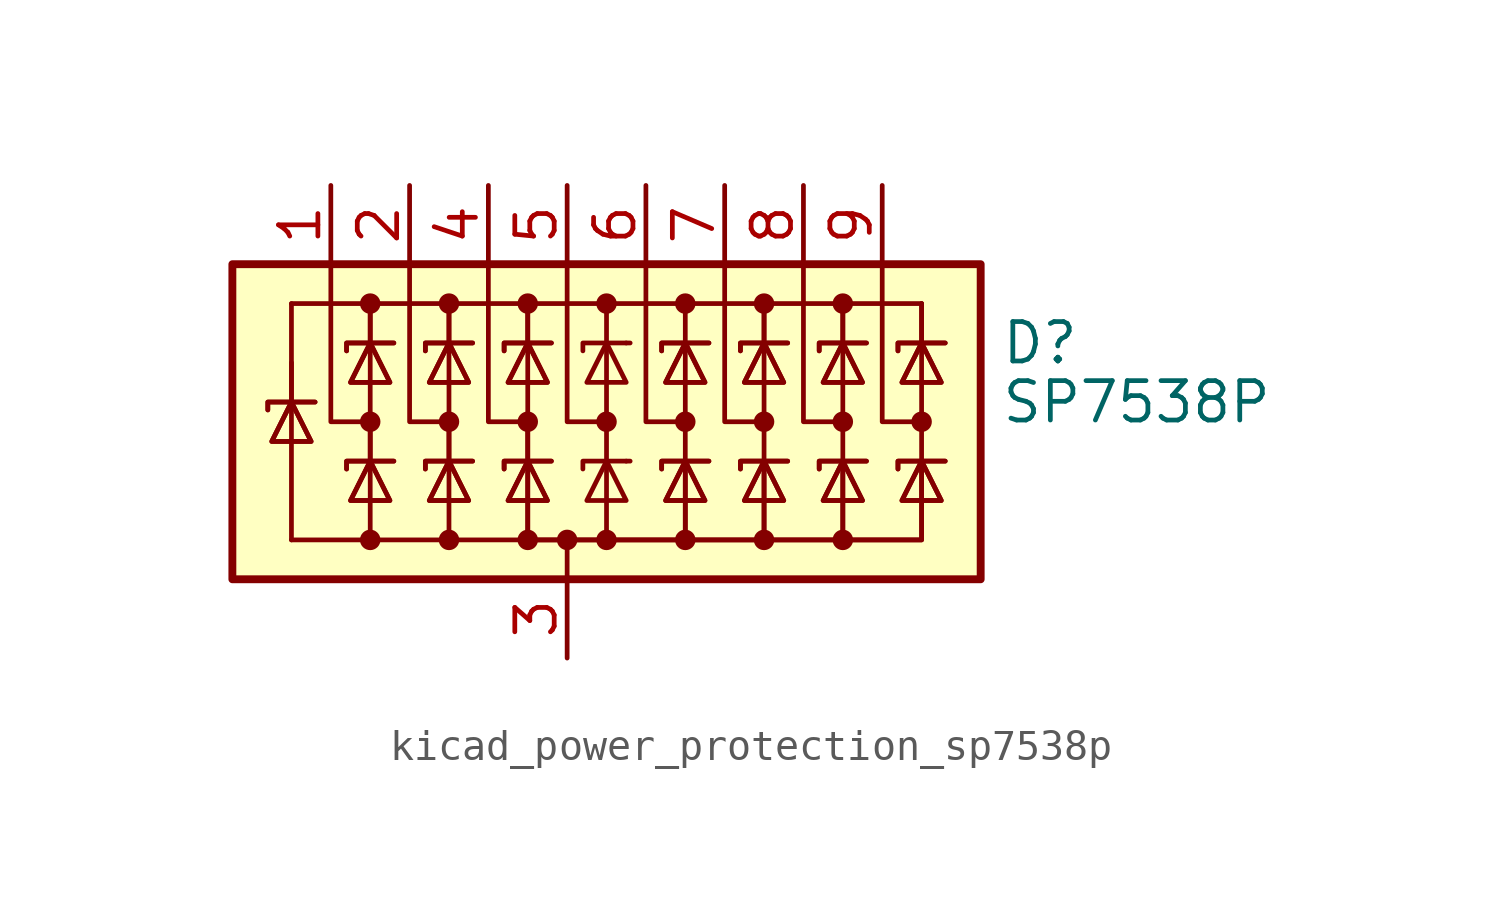
<source format=kicad_sym>
(kicad_symbol_lib
  (version 20220914)
  (generator kicad_symbol_editor)
  (symbol "kicad_power_protection_sp7538p"
    (pin_names hide)
    (property "Reference" "D"
      (at 13.97 2.54 0)
      (effects (font (size 1.27 1.27)) (justify left)))
    (property "Value" "SP7538P"
      (at 13.97 0.635 0)
      (effects (font (size 1.27 1.27)) (justify left)))
    (symbol "kicad_power_protection_sp7538p_0_0"
      (pin passive line (at 0 -7.62 90) (length 2.54) (name "A" (effects (font (size 1.27 1.27)))) (number "3" (effects (font (size 1.27 1.27))))))
    (symbol "kicad_power_protection_sp7538p_0_1"
      (rectangle (start -10.795 5.08) (end 13.335 -5.08) (stroke (width 0.254) (type default)) (fill (type background)))
      (circle (center -6.35 -3.81) (radius 0.254) (stroke (width 0) (type default)) (fill (type outline)))
      (circle (center -6.35 0) (radius 0.254) (stroke (width 0) (type default)) (fill (type outline)))
      (circle (center -6.35 3.81) (radius 0.254) (stroke (width 0) (type default)) (fill (type outline)))
      (circle (center -3.81 -3.81) (radius 0.254) (stroke (width 0) (type default)) (fill (type outline)))
      (circle (center -3.81 0) (radius 0.254) (stroke (width 0) (type default)) (fill (type outline)))
      (circle (center -3.81 3.81) (radius 0.254) (stroke (width 0) (type default)) (fill (type outline)))
      (circle (center -1.27 -3.81) (radius 0.254) (stroke (width 0) (type default)) (fill (type outline)))
      (circle (center -1.27 0) (radius 0.254) (stroke (width 0) (type default)) (fill (type outline)))
      (circle (center -1.27 3.81) (radius 0.254) (stroke (width 0) (type default)) (fill (type outline)))
      (circle (center 0 -3.81) (radius 0.254) (stroke (width 0) (type default)) (fill (type outline)))
      (polyline (pts (xy -8.89 0.635) (xy -8.89 -3.81)) (stroke (width 0) (type default)) (fill (type none)))
      (polyline (pts (xy -8.89 1.905) (xy -8.89 0.635)) (stroke (width 0) (type default)) (fill (type none)))
      (polyline (pts (xy -8.89 3.81) (xy -8.89 0.635)) (stroke (width 0) (type default)) (fill (type none)))
      (polyline (pts (xy -6.35 -3.81) (xy -8.89 -3.81)) (stroke (width 0) (type default)) (fill (type none)))
      (polyline (pts (xy -6.35 0) (xy -6.35 -1.27)) (stroke (width 0) (type default)) (fill (type none)))
      (polyline (pts (xy -6.35 2.54) (xy -6.35 -1.27)) (stroke (width 0) (type default)) (fill (type none)))
      (polyline (pts (xy -6.35 3.81) (xy -6.35 2.54)) (stroke (width 0) (type default)) (fill (type none)))
      (polyline (pts (xy -6.35 3.81) (xy -6.35 2.54)) (stroke (width 0) (type default)) (fill (type none)))
      (polyline (pts (xy -3.81 0) (xy -3.81 -1.27)) (stroke (width 0) (type default)) (fill (type none)))
      (polyline (pts (xy -3.81 2.54) (xy -3.81 -1.27)) (stroke (width 0) (type default)) (fill (type none)))
      (polyline (pts (xy -3.81 3.81) (xy -3.81 2.54)) (stroke (width 0) (type default)) (fill (type none)))
      (polyline (pts (xy -3.81 3.81) (xy -3.81 2.54)) (stroke (width 0) (type default)) (fill (type none)))
      (polyline (pts (xy -1.27 0) (xy -1.27 -1.27)) (stroke (width 0) (type default)) (fill (type none)))
      (polyline (pts (xy -1.27 2.54) (xy -1.27 -1.27)) (stroke (width 0) (type default)) (fill (type none)))
      (polyline (pts (xy -1.27 3.81) (xy -1.27 2.54)) (stroke (width 0) (type default)) (fill (type none)))
      (polyline (pts (xy -1.27 3.81) (xy -1.27 2.54)) (stroke (width 0) (type default)) (fill (type none)))
      (polyline (pts (xy 0 -5.08) (xy 0 -3.81)) (stroke (width 0) (type default)) (fill (type none)))
      (polyline (pts (xy 1.27 -3.81) (xy 1.27 2.54)) (stroke (width 0) (type default)) (fill (type none)))
      (polyline (pts (xy 1.27 3.81) (xy 1.27 2.54)) (stroke (width 0) (type default)) (fill (type none)))
      (polyline (pts (xy 1.905 -1.27) (xy 2.032 -1.27)) (stroke (width 0) (type default)) (fill (type none)))
      (polyline (pts (xy 1.905 2.54) (xy 2.032 2.54)) (stroke (width 0) (type default)) (fill (type none)))
      (polyline (pts (xy 3.81 2.54) (xy 3.81 -1.27)) (stroke (width 0) (type default)) (fill (type none)))
      (polyline (pts (xy 3.81 3.81) (xy 3.81 2.54)) (stroke (width 0) (type default)) (fill (type none)))
      (polyline (pts (xy 6.35 2.54) (xy 6.35 -1.27)) (stroke (width 0) (type default)) (fill (type none)))
      (polyline (pts (xy 6.35 3.81) (xy 6.35 2.54)) (stroke (width 0) (type default)) (fill (type none)))
      (polyline (pts (xy 6.35 3.81) (xy 6.35 2.54)) (stroke (width 0) (type default)) (fill (type none)))
      (polyline (pts (xy 8.89 2.54) (xy 8.89 -1.27)) (stroke (width 0) (type default)) (fill (type none)))
      (polyline (pts (xy 8.89 3.81) (xy 8.89 2.54)) (stroke (width 0) (type default)) (fill (type none)))
      (polyline (pts (xy 8.89 3.81) (xy 8.89 2.54)) (stroke (width 0) (type default)) (fill (type none)))
      (polyline (pts (xy 11.43 2.54) (xy 11.43 -1.27)) (stroke (width 0) (type default)) (fill (type none)))
      (polyline (pts (xy 11.43 3.81) (xy -8.89 3.81)) (stroke (width 0) (type default)) (fill (type none)))
      (polyline (pts (xy 11.43 3.81) (xy 11.43 2.54)) (stroke (width 0) (type default)) (fill (type none)))
      (polyline (pts (xy 11.43 3.81) (xy 11.43 2.54)) (stroke (width 0) (type default)) (fill (type none)))
      (polyline (pts (xy -7.62 5.08) (xy -7.62 0) (xy -6.35 0)) (stroke (width 0) (type default)) (fill (type none)))
      (polyline (pts (xy -6.35 -1.27) (xy -6.35 -3.81) (xy -3.81 -3.81)) (stroke (width 0) (type default)) (fill (type none)))
      (polyline (pts (xy -5.08 5.08) (xy -5.08 0) (xy -3.81 0)) (stroke (width 0) (type default)) (fill (type none)))
      (polyline (pts (xy -3.81 -1.27) (xy -3.81 -3.81) (xy -1.27 -3.81)) (stroke (width 0) (type default)) (fill (type none)))
      (polyline (pts (xy -2.54 5.08) (xy -2.54 0) (xy -1.27 0)) (stroke (width 0) (type default)) (fill (type none)))
      (polyline (pts (xy 0 5.08) (xy 0 0) (xy 1.27 0)) (stroke (width 0) (type default)) (fill (type none)))
      (polyline (pts (xy 1.905 -1.27) (xy 0.508 -1.27) (xy 0.508 -1.524)) (stroke (width 0) (type default)) (fill (type none)))
      (polyline (pts (xy 1.905 2.54) (xy 0.508 2.54) (xy 0.508 2.286)) (stroke (width 0) (type default)) (fill (type none)))
      (polyline (pts (xy 2.54 5.08) (xy 2.54 0) (xy 3.81 0)) (stroke (width 0) (type default)) (fill (type none)))
      (polyline (pts (xy 5.08 5.08) (xy 5.08 0) (xy 6.35 0)) (stroke (width 0) (type default)) (fill (type none)))
      (polyline (pts (xy 6.35 -1.27) (xy 6.35 -3.81) (xy 3.81 -3.81)) (stroke (width 0) (type default)) (fill (type none)))
      (polyline (pts (xy 6.35 -1.27) (xy 6.35 -3.81) (xy 3.81 -3.81)) (stroke (width 0) (type default)) (fill (type none)))
      (polyline (pts (xy 7.62 5.08) (xy 7.62 0) (xy 8.89 0)) (stroke (width 0) (type default)) (fill (type none)))
      (polyline (pts (xy 8.89 -1.27) (xy 8.89 -3.81) (xy 6.35 -3.81)) (stroke (width 0) (type default)) (fill (type none)))
      (polyline (pts (xy 8.89 -1.27) (xy 8.89 -3.81) (xy 6.35 -3.81)) (stroke (width 0) (type default)) (fill (type none)))
      (polyline (pts (xy 10.16 5.08) (xy 10.16 0) (xy 11.43 0)) (stroke (width 0) (type default)) (fill (type none)))
      (polyline (pts (xy 11.43 -1.27) (xy 11.43 -3.81) (xy 8.89 -3.81)) (stroke (width 0) (type default)) (fill (type none)))
      (polyline (pts (xy 11.43 -1.27) (xy 11.43 -3.81) (xy 8.89 -3.81)) (stroke (width 0) (type default)) (fill (type none)))
      (polyline (pts (xy -9.652 0.381) (xy -9.652 0.635) (xy -8.255 0.635) (xy -8.128 0.635)) (stroke (width 0) (type default)) (fill (type none)))
      (polyline (pts (xy -9.652 0.381) (xy -9.652 0.635) (xy -8.255 0.635) (xy -8.128 0.635)) (stroke (width 0) (type default)) (fill (type none)))
      (polyline (pts (xy -8.89 0.635) (xy -8.255 -0.635) (xy -9.525 -0.635) (xy -8.89 0.635)) (stroke (width 0) (type default)) (fill (type none)))
      (polyline (pts (xy -8.89 0.635) (xy -8.255 -0.635) (xy -9.525 -0.635) (xy -8.89 0.635)) (stroke (width 0) (type default)) (fill (type none)))
      (polyline (pts (xy -7.112 -1.524) (xy -7.112 -1.27) (xy -5.715 -1.27) (xy -5.588 -1.27)) (stroke (width 0) (type default)) (fill (type none)))
      (polyline (pts (xy -7.112 -1.524) (xy -7.112 -1.27) (xy -5.715 -1.27) (xy -5.588 -1.27)) (stroke (width 0) (type default)) (fill (type none)))
      (polyline (pts (xy -7.112 2.286) (xy -7.112 2.54) (xy -5.715 2.54) (xy -5.588 2.54)) (stroke (width 0) (type default)) (fill (type none)))
      (polyline (pts (xy -7.112 2.286) (xy -7.112 2.54) (xy -5.715 2.54) (xy -5.588 2.54)) (stroke (width 0) (type default)) (fill (type none)))
      (polyline (pts (xy -6.35 -1.27) (xy -5.715 -2.54) (xy -6.985 -2.54) (xy -6.35 -1.27)) (stroke (width 0) (type default)) (fill (type none)))
      (polyline (pts (xy -6.35 -1.27) (xy -5.715 -2.54) (xy -6.985 -2.54) (xy -6.35 -1.27)) (stroke (width 0) (type default)) (fill (type none)))
      (polyline (pts (xy -6.35 2.54) (xy -5.715 1.27) (xy -6.985 1.27) (xy -6.35 2.54)) (stroke (width 0) (type default)) (fill (type none)))
      (polyline (pts (xy -6.35 2.54) (xy -5.715 1.27) (xy -6.985 1.27) (xy -6.35 2.54)) (stroke (width 0) (type default)) (fill (type none)))
      (polyline (pts (xy -4.572 -1.524) (xy -4.572 -1.27) (xy -3.175 -1.27) (xy -3.048 -1.27)) (stroke (width 0) (type default)) (fill (type none)))
      (polyline (pts (xy -4.572 -1.524) (xy -4.572 -1.27) (xy -3.175 -1.27) (xy -3.048 -1.27)) (stroke (width 0) (type default)) (fill (type none)))
      (polyline (pts (xy -4.572 2.286) (xy -4.572 2.54) (xy -3.175 2.54) (xy -3.048 2.54)) (stroke (width 0) (type default)) (fill (type none)))
      (polyline (pts (xy -4.572 2.286) (xy -4.572 2.54) (xy -3.175 2.54) (xy -3.048 2.54)) (stroke (width 0) (type default)) (fill (type none)))
      (polyline (pts (xy -3.81 -1.27) (xy -3.175 -2.54) (xy -4.445 -2.54) (xy -3.81 -1.27)) (stroke (width 0) (type default)) (fill (type none)))
      (polyline (pts (xy -3.81 -1.27) (xy -3.175 -2.54) (xy -4.445 -2.54) (xy -3.81 -1.27)) (stroke (width 0) (type default)) (fill (type none)))
      (polyline (pts (xy -3.81 2.54) (xy -3.175 1.27) (xy -4.445 1.27) (xy -3.81 2.54)) (stroke (width 0) (type default)) (fill (type none)))
      (polyline (pts (xy -3.81 2.54) (xy -3.175 1.27) (xy -4.445 1.27) (xy -3.81 2.54)) (stroke (width 0) (type default)) (fill (type none)))
      (polyline (pts (xy -2.032 -1.524) (xy -2.032 -1.27) (xy -0.635 -1.27) (xy -0.508 -1.27)) (stroke (width 0) (type default)) (fill (type none)))
      (polyline (pts (xy -2.032 -1.524) (xy -2.032 -1.27) (xy -0.635 -1.27) (xy -0.508 -1.27)) (stroke (width 0) (type default)) (fill (type none)))
      (polyline (pts (xy -2.032 2.286) (xy -2.032 2.54) (xy -0.635 2.54) (xy -0.508 2.54)) (stroke (width 0) (type default)) (fill (type none)))
      (polyline (pts (xy -2.032 2.286) (xy -2.032 2.54) (xy -0.635 2.54) (xy -0.508 2.54)) (stroke (width 0) (type default)) (fill (type none)))
      (polyline (pts (xy -1.27 -1.27) (xy -1.27 -3.81) (xy 3.81 -3.81) (xy 3.81 -1.27)) (stroke (width 0) (type default)) (fill (type none)))
      (polyline (pts (xy -1.27 -1.27) (xy -1.27 -3.81) (xy 3.81 -3.81) (xy 3.81 -1.27)) (stroke (width 0) (type default)) (fill (type none)))
      (polyline (pts (xy -1.27 -1.27) (xy -0.635 -2.54) (xy -1.905 -2.54) (xy -1.27 -1.27)) (stroke (width 0) (type default)) (fill (type none)))
      (polyline (pts (xy -1.27 -1.27) (xy -0.635 -2.54) (xy -1.905 -2.54) (xy -1.27 -1.27)) (stroke (width 0) (type default)) (fill (type none)))
      (polyline (pts (xy -1.27 2.54) (xy -0.635 1.27) (xy -1.905 1.27) (xy -1.27 2.54)) (stroke (width 0) (type default)) (fill (type none)))
      (polyline (pts (xy -1.27 2.54) (xy -0.635 1.27) (xy -1.905 1.27) (xy -1.27 2.54)) (stroke (width 0) (type default)) (fill (type none)))
      (polyline (pts (xy 1.905 -2.54) (xy 0.635 -2.54) (xy 1.27 -1.27) (xy 1.905 -2.54)) (stroke (width 0) (type default)) (fill (type none)))
      (polyline (pts (xy 1.905 1.27) (xy 0.635 1.27) (xy 1.27 2.54) (xy 1.905 1.27)) (stroke (width 0) (type default)) (fill (type none)))
      (polyline (pts (xy 3.048 -1.524) (xy 3.048 -1.27) (xy 4.445 -1.27) (xy 4.572 -1.27)) (stroke (width 0) (type default)) (fill (type none)))
      (polyline (pts (xy 3.048 -1.524) (xy 3.048 -1.27) (xy 4.445 -1.27) (xy 4.572 -1.27)) (stroke (width 0) (type default)) (fill (type none)))
      (polyline (pts (xy 3.048 2.286) (xy 3.048 2.54) (xy 4.445 2.54) (xy 4.572 2.54)) (stroke (width 0) (type default)) (fill (type none)))
      (polyline (pts (xy 3.048 2.286) (xy 3.048 2.54) (xy 4.445 2.54) (xy 4.572 2.54)) (stroke (width 0) (type default)) (fill (type none)))
      (polyline (pts (xy 3.81 -1.27) (xy 3.175 -2.54) (xy 4.445 -2.54) (xy 3.81 -1.27)) (stroke (width 0) (type default)) (fill (type none)))
      (polyline (pts (xy 3.81 -1.27) (xy 3.175 -2.54) (xy 4.445 -2.54) (xy 3.81 -1.27)) (stroke (width 0) (type default)) (fill (type none)))
      (polyline (pts (xy 3.81 2.54) (xy 3.175 1.27) (xy 4.445 1.27) (xy 3.81 2.54)) (stroke (width 0) (type default)) (fill (type none)))
      (polyline (pts (xy 3.81 2.54) (xy 3.175 1.27) (xy 4.445 1.27) (xy 3.81 2.54)) (stroke (width 0) (type default)) (fill (type none)))
      (polyline (pts (xy 5.588 -1.524) (xy 5.588 -1.27) (xy 6.985 -1.27) (xy 7.112 -1.27)) (stroke (width 0) (type default)) (fill (type none)))
      (polyline (pts (xy 5.588 -1.524) (xy 5.588 -1.27) (xy 6.985 -1.27) (xy 7.112 -1.27)) (stroke (width 0) (type default)) (fill (type none)))
      (polyline (pts (xy 5.588 2.286) (xy 5.588 2.54) (xy 6.985 2.54) (xy 7.112 2.54)) (stroke (width 0) (type default)) (fill (type none)))
      (polyline (pts (xy 5.588 2.286) (xy 5.588 2.54) (xy 6.985 2.54) (xy 7.112 2.54)) (stroke (width 0) (type default)) (fill (type none)))
      (polyline (pts (xy 6.35 -1.27) (xy 5.715 -2.54) (xy 6.985 -2.54) (xy 6.35 -1.27)) (stroke (width 0) (type default)) (fill (type none)))
      (polyline (pts (xy 6.35 -1.27) (xy 5.715 -2.54) (xy 6.985 -2.54) (xy 6.35 -1.27)) (stroke (width 0) (type default)) (fill (type none)))
      (polyline (pts (xy 6.35 2.54) (xy 5.715 1.27) (xy 6.985 1.27) (xy 6.35 2.54)) (stroke (width 0) (type default)) (fill (type none)))
      (polyline (pts (xy 6.35 2.54) (xy 5.715 1.27) (xy 6.985 1.27) (xy 6.35 2.54)) (stroke (width 0) (type default)) (fill (type none)))
      (polyline (pts (xy 8.128 -1.524) (xy 8.128 -1.27) (xy 9.525 -1.27) (xy 9.652 -1.27)) (stroke (width 0) (type default)) (fill (type none)))
      (polyline (pts (xy 8.128 -1.524) (xy 8.128 -1.27) (xy 9.525 -1.27) (xy 9.652 -1.27)) (stroke (width 0) (type default)) (fill (type none)))
      (polyline (pts (xy 8.128 2.286) (xy 8.128 2.54) (xy 9.525 2.54) (xy 9.652 2.54)) (stroke (width 0) (type default)) (fill (type none)))
      (polyline (pts (xy 8.128 2.286) (xy 8.128 2.54) (xy 9.525 2.54) (xy 9.652 2.54)) (stroke (width 0) (type default)) (fill (type none)))
      (polyline (pts (xy 8.89 -1.27) (xy 8.255 -2.54) (xy 9.525 -2.54) (xy 8.89 -1.27)) (stroke (width 0) (type default)) (fill (type none)))
      (polyline (pts (xy 8.89 -1.27) (xy 8.255 -2.54) (xy 9.525 -2.54) (xy 8.89 -1.27)) (stroke (width 0) (type default)) (fill (type none)))
      (polyline (pts (xy 8.89 2.54) (xy 8.255 1.27) (xy 9.525 1.27) (xy 8.89 2.54)) (stroke (width 0) (type default)) (fill (type none)))
      (polyline (pts (xy 8.89 2.54) (xy 8.255 1.27) (xy 9.525 1.27) (xy 8.89 2.54)) (stroke (width 0) (type default)) (fill (type none)))
      (polyline (pts (xy 10.668 -1.524) (xy 10.668 -1.27) (xy 12.065 -1.27) (xy 12.192 -1.27)) (stroke (width 0) (type default)) (fill (type none)))
      (polyline (pts (xy 10.668 -1.524) (xy 10.668 -1.27) (xy 12.065 -1.27) (xy 12.192 -1.27)) (stroke (width 0) (type default)) (fill (type none)))
      (polyline (pts (xy 10.668 2.286) (xy 10.668 2.54) (xy 12.065 2.54) (xy 12.192 2.54)) (stroke (width 0) (type default)) (fill (type none)))
      (polyline (pts (xy 10.668 2.286) (xy 10.668 2.54) (xy 12.065 2.54) (xy 12.192 2.54)) (stroke (width 0) (type default)) (fill (type none)))
      (polyline (pts (xy 11.43 -1.27) (xy 10.795 -2.54) (xy 12.065 -2.54) (xy 11.43 -1.27)) (stroke (width 0) (type default)) (fill (type none)))
      (polyline (pts (xy 11.43 -1.27) (xy 10.795 -2.54) (xy 12.065 -2.54) (xy 11.43 -1.27)) (stroke (width 0) (type default)) (fill (type none)))
      (polyline (pts (xy 11.43 2.54) (xy 10.795 1.27) (xy 12.065 1.27) (xy 11.43 2.54)) (stroke (width 0) (type default)) (fill (type none)))
      (polyline (pts (xy 11.43 2.54) (xy 10.795 1.27) (xy 12.065 1.27) (xy 11.43 2.54)) (stroke (width 0) (type default)) (fill (type none)))
      (circle (center 1.27 -3.81) (radius 0.254) (stroke (width 0) (type default)) (fill (type outline)))
      (circle (center 1.27 0) (radius 0.254) (stroke (width 0) (type default)) (fill (type outline)))
      (circle (center 1.27 3.81) (radius 0.254) (stroke (width 0) (type default)) (fill (type outline)))
      (circle (center 3.81 -3.81) (radius 0.254) (stroke (width 0) (type default)) (fill (type outline)))
      (circle (center 3.81 0) (radius 0.254) (stroke (width 0) (type default)) (fill (type outline)))
      (circle (center 3.81 3.81) (radius 0.254) (stroke (width 0) (type default)) (fill (type outline)))
      (circle (center 6.35 -3.81) (radius 0.254) (stroke (width 0) (type default)) (fill (type outline)))
      (circle (center 6.35 0) (radius 0.254) (stroke (width 0) (type default)) (fill (type outline)))
      (circle (center 6.35 3.81) (radius 0.254) (stroke (width 0) (type default)) (fill (type outline)))
      (circle (center 8.89 -3.81) (radius 0.254) (stroke (width 0) (type default)) (fill (type outline)))
      (circle (center 8.89 0) (radius 0.254) (stroke (width 0) (type default)) (fill (type outline)))
      (circle (center 8.89 3.81) (radius 0.254) (stroke (width 0) (type default)) (fill (type outline)))
      (circle (center 11.43 0) (radius 0.254) (stroke (width 0) (type default)) (fill (type outline))))
    (symbol "kicad_power_protection_sp7538p_1_1"
      (pin passive line (at -7.62 7.62 270) (length 2.54) (name "K1" (effects (font (size 1.27 1.27)))) (number "1" (effects (font (size 1.27 1.27)))))
      (pin passive line (at -5.08 7.62 270) (length 2.54) (name "K2" (effects (font (size 1.27 1.27)))) (number "2" (effects (font (size 1.27 1.27)))))
      (pin passive line (at -2.54 7.62 270) (length 2.54) (name "K3" (effects (font (size 1.27 1.27)))) (number "4" (effects (font (size 1.27 1.27)))))
      (pin passive line (at 0 7.62 270) (length 2.54) (name "K4" (effects (font (size 1.27 1.27)))) (number "5" (effects (font (size 1.27 1.27)))))
      (pin passive line (at 2.54 7.62 270) (length 2.54) (name "K5" (effects (font (size 1.27 1.27)))) (number "6" (effects (font (size 1.27 1.27)))))
      (pin passive line (at 5.08 7.62 270) (length 2.54) (name "K6" (effects (font (size 1.27 1.27)))) (number "7" (effects (font (size 1.27 1.27)))))
      (pin passive line (at 7.62 7.62 270) (length 2.54) (name "K7" (effects (font (size 1.27 1.27)))) (number "8" (effects (font (size 1.27 1.27)))))
      (pin passive line (at 10.16 7.62 270) (length 2.54) (name "K8" (effects (font (size 1.27 1.27)))) (number "9" (effects (font (size 1.27 1.27))))))))
</source>
